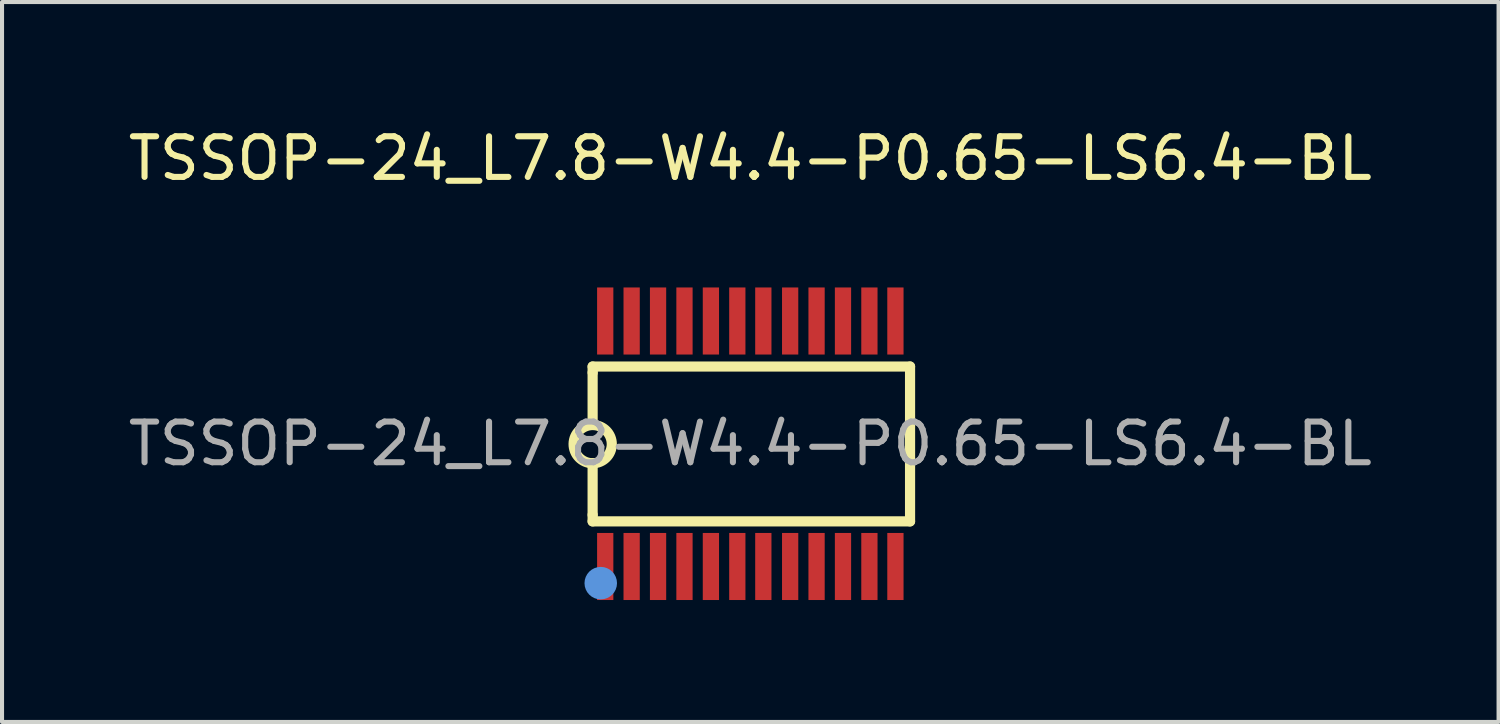
<source format=kicad_pcb>
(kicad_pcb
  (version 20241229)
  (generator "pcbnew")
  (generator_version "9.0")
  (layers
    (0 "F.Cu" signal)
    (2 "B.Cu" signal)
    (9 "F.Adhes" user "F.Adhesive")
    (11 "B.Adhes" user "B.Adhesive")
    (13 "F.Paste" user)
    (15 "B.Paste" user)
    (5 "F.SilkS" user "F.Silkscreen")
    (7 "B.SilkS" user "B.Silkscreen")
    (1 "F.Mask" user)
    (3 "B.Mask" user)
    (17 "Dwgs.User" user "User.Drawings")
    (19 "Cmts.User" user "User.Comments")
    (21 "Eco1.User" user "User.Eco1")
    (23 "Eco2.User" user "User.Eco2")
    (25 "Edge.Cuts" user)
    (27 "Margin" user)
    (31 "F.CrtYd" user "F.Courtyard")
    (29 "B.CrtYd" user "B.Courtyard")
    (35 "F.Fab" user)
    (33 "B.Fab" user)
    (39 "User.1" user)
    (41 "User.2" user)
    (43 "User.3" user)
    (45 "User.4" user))
  (footprint "TSSOP-24_L7.8-W4.4-P0.65-LS6.4-BL"
    (layer "F.Cu")
    (at 15.411 7.868)
    (property "Reference" "TSSOP-24_L7.8-W4.4-P0.65-LS6.4-BL" (at 0 -7.02 0) (layer "F.SilkS") (effects (font (size 1 1) (thickness 0.15))))
    (attr smd)
    (fp_line (start -3.88 -1.9) (end 3.93 -1.9) (stroke (width 0.25) (type solid)) (layer "F.SilkS"))
    (fp_line (start -3.88 -1.75) (end -3.88 -1.9) (stroke (width 0.25) (type solid)) (layer "F.SilkS"))
    (fp_line (start -3.88 -0.48) (end -3.88 -1.75) (stroke (width 0.25) (type solid)) (layer "F.SilkS"))
    (fp_line (start -3.88 1.75) (end -3.88 0.48) (stroke (width 0.25) (type solid)) (layer "F.SilkS"))
    (fp_line (start -3.88 1.75) (end -3.88 1.91) (stroke (width 0.25) (type solid)) (layer "F.SilkS"))
    (fp_line (start -3.88 1.91) (end 3.93 1.91) (stroke (width 0.25) (type solid)) (layer "F.SilkS"))
    (fp_line (start 3.93 -1.9) (end 3.93 1.91) (stroke (width 0.25) (type solid)) (layer "F.SilkS"))
    (fp_arc (start -3.888203 0.479928) (mid -3.87585 -0.459982) (end -3.88 0.48) (stroke (width 0.25) (type solid)) (layer "F.SilkS"))
    (fp_circle (center -3.68 3.43) (end -3.48 3.43) (stroke (width 0.4) (type solid)) (fill no) (layer "Cmts.User"))
    (fp_circle (center -3.9 3.19) (end -3.87 3.19) (stroke (width 0.06) (type solid)) (fill no) (layer "F.Fab"))
    (fp_text user "${REFERENCE}" (at 0 0 0) (layer "F.Fab") (effects (font (size 1 1) (thickness 0.15))))
    (pad "1" smd rect (at -3.57 3.02) (size 0.4 1.65) (layers "F.Cu" "F.Mask" "F.Paste"))
    (pad "2" smd rect (at -2.92 3.02) (size 0.4 1.65) (layers "F.Cu" "F.Mask" "F.Paste"))
    (pad "3" smd rect (at -2.27 3.02) (size 0.4 1.65) (layers "F.Cu" "F.Mask" "F.Paste"))
    (pad "4" smd rect (at -1.62 3.02) (size 0.4 1.65) (layers "F.Cu" "F.Mask" "F.Paste"))
    (pad "5" smd rect (at -0.97 3.02) (size 0.4 1.65) (layers "F.Cu" "F.Mask" "F.Paste"))
    (pad "6" smd rect (at -0.32 3.02) (size 0.4 1.65) (layers "F.Cu" "F.Mask" "F.Paste"))
    (pad "7" smd rect (at 0.32 3.02) (size 0.4 1.65) (layers "F.Cu" "F.Mask" "F.Paste"))
    (pad "8" smd rect (at 0.98 3.02) (size 0.4 1.65) (layers "F.Cu" "F.Mask" "F.Paste"))
    (pad "9" smd rect (at 1.63 3.02) (size 0.4 1.65) (layers "F.Cu" "F.Mask" "F.Paste"))
    (pad "10" smd rect (at 2.28 3.02) (size 0.4 1.65) (layers "F.Cu" "F.Mask" "F.Paste"))
    (pad "11" smd rect (at 2.93 3.02) (size 0.4 1.65) (layers "F.Cu" "F.Mask" "F.Paste"))
    (pad "12" smd rect (at 3.57 3.02) (size 0.4 1.65) (layers "F.Cu" "F.Mask" "F.Paste"))
    (pad "13" smd rect (at 3.57 -3.02) (size 0.4 1.65) (layers "F.Cu" "F.Mask" "F.Paste"))
    (pad "14" smd rect (at 2.93 -3.02) (size 0.4 1.65) (layers "F.Cu" "F.Mask" "F.Paste"))
    (pad "15" smd rect (at 2.28 -3.02) (size 0.4 1.65) (layers "F.Cu" "F.Mask" "F.Paste"))
    (pad "16" smd rect (at 1.63 -3.02) (size 0.4 1.65) (layers "F.Cu" "F.Mask" "F.Paste"))
    (pad "17" smd rect (at 0.98 -3.02) (size 0.4 1.65) (layers "F.Cu" "F.Mask" "F.Paste"))
    (pad "18" smd rect (at 0.32 -3.02) (size 0.4 1.65) (layers "F.Cu" "F.Mask" "F.Paste"))
    (pad "19" smd rect (at -0.32 -3.02) (size 0.4 1.65) (layers "F.Cu" "F.Mask" "F.Paste"))
    (pad "20" smd rect (at -0.97 -3.02) (size 0.4 1.65) (layers "F.Cu" "F.Mask" "F.Paste"))
    (pad "21" smd rect (at -1.62 -3.02) (size 0.4 1.65) (layers "F.Cu" "F.Mask" "F.Paste"))
    (pad "22" smd rect (at -2.27 -3.02) (size 0.4 1.65) (layers "F.Cu" "F.Mask" "F.Paste"))
    (pad "23" smd rect (at -2.92 -3.02) (size 0.4 1.65) (layers "F.Cu" "F.Mask" "F.Paste"))
    (pad "24" smd rect (at -3.57 -3.02) (size 0.4 1.65) (layers "F.Cu" "F.Mask" "F.Paste")))
  (gr_rect
    (start -3 -3)
    (end 33.821 14.713)
    (stroke (width 0.1) (type default))
    (fill no)
    (layer "Edge.Cuts")))
</source>
